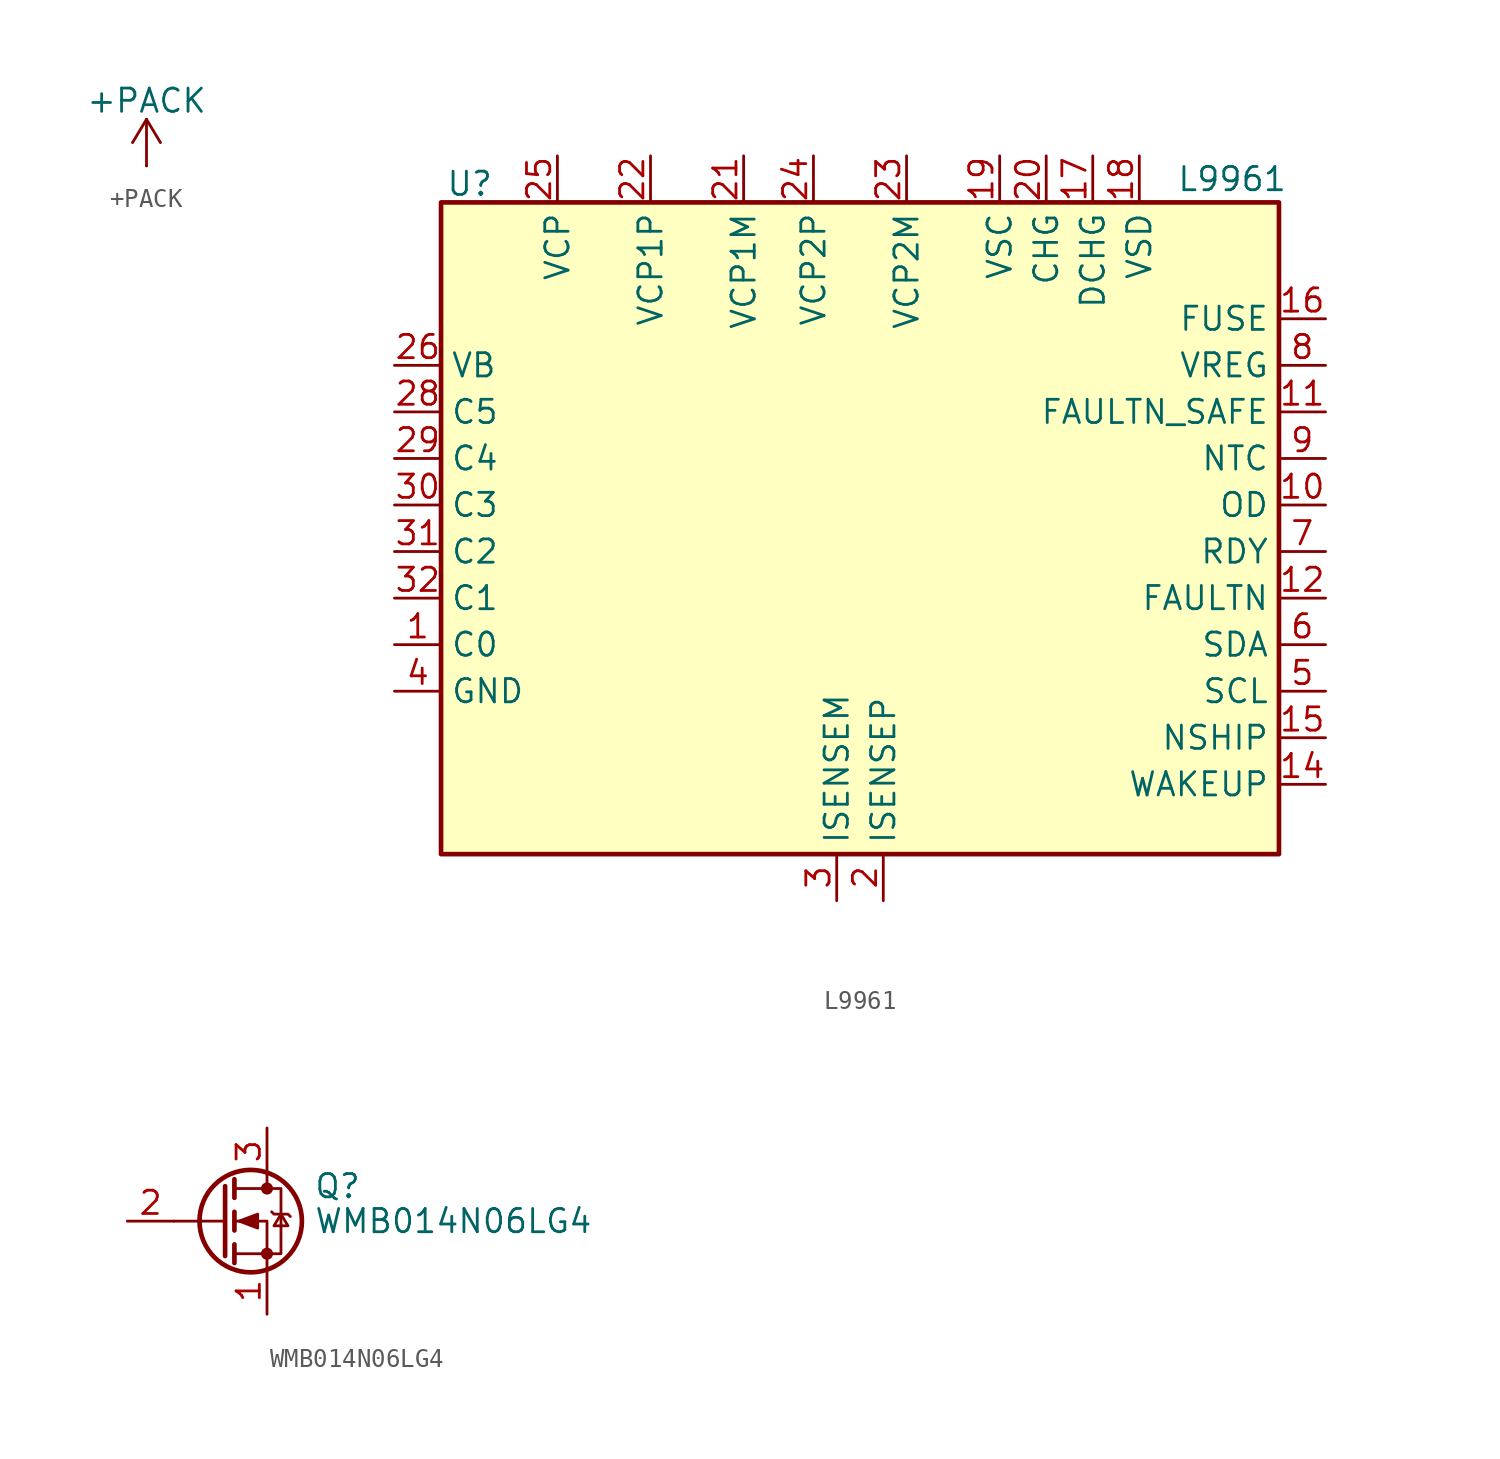
<source format=kicad_sym>
(kicad_symbol_lib
  (version 20241209)
  (generator "kicad_symbol_editor")
  (generator_version "9.0")
  (symbol "+PACK"
    (power)
    (pin_numbers
      (hide yes))
    (pin_names
      (offset 0)
      (hide yes))
    (property "Reference" "#PWR"
      (at 0 -3.81 0)
      (effects (font (size 1.27 1.27)) (hide yes)))
    (property "Value" "+PACK"
      (at 0 3.556 0)
      (effects (font (size 1.27 1.27))))
    (symbol "+PACK_0_1"
      (polyline (pts (xy -0.762 1.27) (xy 0 2.54)) (stroke (width 0) (type default)) (fill (type none)))
      (polyline (pts (xy 0 2.54) (xy 0.762 1.27)) (stroke (width 0) (type default)) (fill (type none)))
      (polyline (pts (xy 0 0) (xy 0 2.54)) (stroke (width 0) (type default)) (fill (type none))))
    (symbol "+PACK_1_1"
      (pin power_in line (at 0 0 90) (length 0) (name "~" (effects (font (size 1.27 1.27)))) (number "1" (effects (font (size 1.27 1.27)))))))
  (symbol "L9961"
    (property "Reference" "U"
      (at -22.606 18.796 0)
      (effects (font (size 1.27 1.27)) (justify left)))
    (property "Value" "L9961"
      (at 17.272 19.05 0)
      (effects (font (size 1.27 1.27)) (justify left)))
    (symbol "L9961_0_1"
      (rectangle (start -22.86 17.78) (end 22.86 -17.78) (stroke (width 0.254) (type default)) (fill (type background))))
    (symbol "L9961_1_1"
      (pin power_in line (at -25.4 8.89 0) (length 2.54) (name "VB" (effects (font (size 1.27 1.27)))) (number "26" (effects (font (size 1.27 1.27)))))
      (pin input line (at -25.4 6.35 0) (length 2.54) (name "C5" (effects (font (size 1.27 1.27)))) (number "28" (effects (font (size 1.27 1.27)))))
      (pin input line (at -25.4 3.81 0) (length 2.54) (name "C4" (effects (font (size 1.27 1.27)))) (number "29" (effects (font (size 1.27 1.27)))))
      (pin input line (at -25.4 1.27 0) (length 2.54) (name "C3" (effects (font (size 1.27 1.27)))) (number "30" (effects (font (size 1.27 1.27)))))
      (pin input line (at -25.4 -1.27 0) (length 2.54) (name "C2" (effects (font (size 1.27 1.27)))) (number "31" (effects (font (size 1.27 1.27)))))
      (pin input line (at -25.4 -3.81 0) (length 2.54) (name "C1" (effects (font (size 1.27 1.27)))) (number "32" (effects (font (size 1.27 1.27)))))
      (pin input line (at -25.4 -6.35 0) (length 2.54) (name "C0" (effects (font (size 1.27 1.27)))) (number "1" (effects (font (size 1.27 1.27)))))
      (pin passive line (at -25.4 -8.89 0) (length 2.54) (hide yes) (name "GND" (effects (font (size 1.27 1.27)))) (number "13" (effects (font (size 1.27 1.27)))))
      (pin passive line (at -25.4 -8.89 0) (length 2.54) (hide yes) (name "GND" (effects (font (size 1.27 1.27)))) (number "27" (effects (font (size 1.27 1.27)))))
      (pin power_in line (at -25.4 -8.89 0) (length 2.54) (name "GND" (effects (font (size 1.27 1.27)))) (number "4" (effects (font (size 1.27 1.27)))))
      (pin power_out line (at -16.51 20.32 270) (length 2.54) (name "VCP" (effects (font (size 1.27 1.27)))) (number "25" (effects (font (size 1.27 1.27)))))
      (pin passive line (at -11.43 20.32 270) (length 2.54) (name "VCP1P" (effects (font (size 1.27 1.27)))) (number "22" (effects (font (size 1.27 1.27)))))
      (pin passive line (at -6.35 20.32 270) (length 2.54) (name "VCP1M" (effects (font (size 1.27 1.27)))) (number "21" (effects (font (size 1.27 1.27)))))
      (pin passive line (at -2.54 20.32 270) (length 2.54) (name "VCP2P" (effects (font (size 1.27 1.27)))) (number "24" (effects (font (size 1.27 1.27)))))
      (pin input line (at -1.27 -20.32 90) (length 2.54) (name "ISENSEM" (effects (font (size 1.27 1.27)))) (number "3" (effects (font (size 1.27 1.27)))))
      (pin input line (at 1.27 -20.32 90) (length 2.54) (name "ISENSEP" (effects (font (size 1.27 1.27)))) (number "2" (effects (font (size 1.27 1.27)))))
      (pin passive line (at 2.54 20.32 270) (length 2.54) (name "VCP2M" (effects (font (size 1.27 1.27)))) (number "23" (effects (font (size 1.27 1.27)))))
      (pin passive line (at 7.62 20.32 270) (length 2.54) (name "VSC" (effects (font (size 1.27 1.27)))) (number "19" (effects (font (size 1.27 1.27)))))
      (pin output line (at 10.16 20.32 270) (length 2.54) (name "CHG" (effects (font (size 1.27 1.27)))) (number "20" (effects (font (size 1.27 1.27)))))
      (pin output line (at 12.7 20.32 270) (length 2.54) (name "DCHG" (effects (font (size 1.27 1.27)))) (number "17" (effects (font (size 1.27 1.27)))))
      (pin passive line (at 15.24 20.32 270) (length 2.54) (name "VSD" (effects (font (size 1.27 1.27)))) (number "18" (effects (font (size 1.27 1.27)))))
      (pin bidirectional line (at 25.4 11.43 180) (length 2.54) (name "FUSE" (effects (font (size 1.27 1.27)))) (number "16" (effects (font (size 1.27 1.27)))))
      (pin power_out line (at 25.4 8.89 180) (length 2.54) (name "VREG" (effects (font (size 1.27 1.27)))) (number "8" (effects (font (size 1.27 1.27)))))
      (pin open_collector line (at 25.4 6.35 180) (length 2.54) (name "FAULTN_SAFE" (effects (font (size 1.27 1.27)))) (number "11" (effects (font (size 1.27 1.27)))))
      (pin input line (at 25.4 3.81 180) (length 2.54) (name "NTC" (effects (font (size 1.27 1.27)))) (number "9" (effects (font (size 1.27 1.27)))))
      (pin open_collector line (at 25.4 1.27 180) (length 2.54) (name "OD" (effects (font (size 1.27 1.27)))) (number "10" (effects (font (size 1.27 1.27)))))
      (pin output line (at 25.4 -1.27 180) (length 2.54) (name "RDY" (effects (font (size 1.27 1.27)))) (number "7" (effects (font (size 1.27 1.27)))))
      (pin bidirectional line (at 25.4 -3.81 180) (length 2.54) (name "FAULTN" (effects (font (size 1.27 1.27)))) (number "12" (effects (font (size 1.27 1.27)))))
      (pin bidirectional line (at 25.4 -6.35 180) (length 2.54) (name "SDA" (effects (font (size 1.27 1.27)))) (number "6" (effects (font (size 1.27 1.27)))))
      (pin input line (at 25.4 -8.89 180) (length 2.54) (name "SCL" (effects (font (size 1.27 1.27)))) (number "5" (effects (font (size 1.27 1.27)))))
      (pin input line (at 25.4 -11.43 180) (length 2.54) (name "NSHIP" (effects (font (size 1.27 1.27)))) (number "15" (effects (font (size 1.27 1.27)))))
      (pin bidirectional line (at 25.4 -13.97 180) (length 2.54) (name "WAKEUP" (effects (font (size 1.27 1.27)))) (number "14" (effects (font (size 1.27 1.27)))))))
  (symbol "WMB014N06LG4"
    (pin_names
      (hide yes))
    (property "Reference" "Q"
      (at 5.08 1.905 0)
      (effects (font (size 1.27 1.27)) (justify left)))
    (property "Value" "WMB014N06LG4"
      (at 5.08 0 0)
      (effects (font (size 1.27 1.27)) (justify left)))
    (symbol "WMB014N06LG4_0_1"
      (polyline (pts (xy 0.254 1.905) (xy 0.254 -1.905)) (stroke (width 0.254) (type default)) (fill (type none)))
      (polyline (pts (xy 0.254 0) (xy -2.54 0)) (stroke (width 0) (type default)) (fill (type none)))
      (polyline (pts (xy 0.762 2.286) (xy 0.762 1.27)) (stroke (width 0.254) (type default)) (fill (type none)))
      (polyline (pts (xy 0.762 0.508) (xy 0.762 -0.508)) (stroke (width 0.254) (type default)) (fill (type none)))
      (polyline (pts (xy 0.762 -1.27) (xy 0.762 -2.286)) (stroke (width 0.254) (type default)) (fill (type none)))
      (polyline (pts (xy 0.762 -1.778) (xy 3.302 -1.778) (xy 3.302 1.778) (xy 0.762 1.778)) (stroke (width 0) (type default)) (fill (type none)))
      (polyline (pts (xy 1.016 0) (xy 2.032 0.381) (xy 2.032 -0.381) (xy 1.016 0)) (stroke (width 0) (type default)) (fill (type outline)))
      (circle (center 1.651 0) (radius 2.794) (stroke (width 0.254) (type default)) (fill (type none)))
      (polyline (pts (xy 2.54 2.54) (xy 2.54 1.778)) (stroke (width 0) (type default)) (fill (type none)))
      (circle (center 2.54 1.778) (radius 0.254) (stroke (width 0) (type default)) (fill (type outline)))
      (circle (center 2.54 -1.778) (radius 0.254) (stroke (width 0) (type default)) (fill (type outline)))
      (polyline (pts (xy 2.54 -2.54) (xy 2.54 0) (xy 0.762 0)) (stroke (width 0) (type default)) (fill (type none)))
      (polyline (pts (xy 2.794 0.508) (xy 2.921 0.381) (xy 3.683 0.381) (xy 3.81 0.254)) (stroke (width 0) (type default)) (fill (type none)))
      (polyline (pts (xy 3.302 0.381) (xy 2.921 -0.254) (xy 3.683 -0.254) (xy 3.302 0.381)) (stroke (width 0) (type default)) (fill (type none))))
    (symbol "WMB014N06LG4_1_1"
      (pin passive line (at -5.08 0 0) (length 2.54) (name "G" (effects (font (size 1.27 1.27)))) (number "2" (effects (font (size 1.27 1.27)))))
      (pin passive line (at 2.54 5.08 270) (length 2.54) (name "D" (effects (font (size 1.27 1.27)))) (number "3" (effects (font (size 1.27 1.27)))))
      (pin passive line (at 2.54 -5.08 90) (length 2.54) (name "S" (effects (font (size 1.27 1.27)))) (number "1" (effects (font (size 1.27 1.27))))))))
</source>
